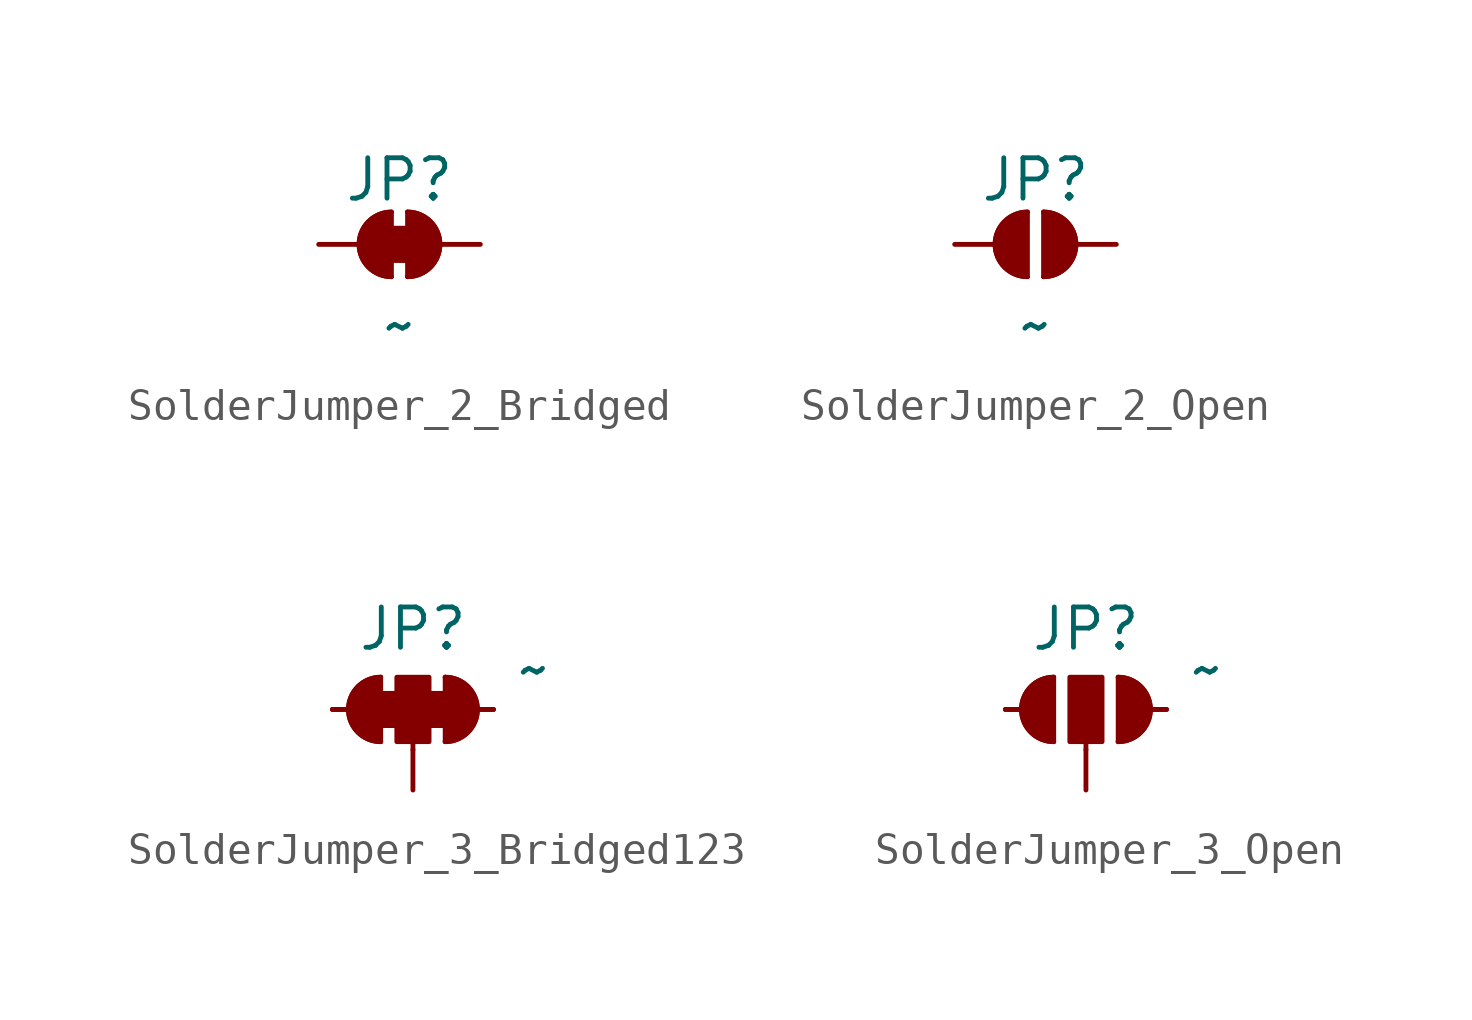
<source format=kicad_sym>
(kicad_symbol_lib
  (version 20241209)
  (generator "kicad_symbol_editor")
  (generator_version "9.0")
  (symbol "SolderJumper_2_Bridged"
    (pin_numbers
      (hide yes))
    (pin_names
      (offset 0)
      (hide yes))
    (property "Reference" "JP"
      (at 0 2.032 0)
      (effects (font (size 1.27 1.27))))
    (property "Value" "~"
      (at 0 -2.54 0)
      (effects (font (size 1.27 1.27))))
    (symbol "SolderJumper_2_Bridged_0_1"
      (rectangle (start -0.508 0.508) (end 0.508 -0.508) (stroke (width 0) (type default)) (fill (type outline)))
      (polyline (pts (xy -0.254 1.016) (xy -0.254 -1.016)) (stroke (width 0) (type default)) (fill (type none)))
      (arc (start -0.254 -1.016) (mid -1.2656 0) (end -0.254 1.016) (stroke (width 0) (type default)) (fill (type none)))
      (arc (start -0.254 -1.016) (mid -1.2656 0) (end -0.254 1.016) (stroke (width 0) (type default)) (fill (type outline)))
      (arc (start 0.254 1.016) (mid 1.2656 0) (end 0.254 -1.016) (stroke (width 0) (type default)) (fill (type none)))
      (arc (start 0.254 1.016) (mid 1.2656 0) (end 0.254 -1.016) (stroke (width 0) (type default)) (fill (type outline)))
      (polyline (pts (xy 0.254 1.016) (xy 0.254 -1.016)) (stroke (width 0) (type default)) (fill (type none))))
    (symbol "SolderJumper_2_Bridged_1_1"
      (pin passive line (at -2.54 0 0) (length 1.27) (name "A" (effects (font (size 1.27 1.27)))) (number "1" (effects (font (size 1.27 1.27)))))
      (pin passive line (at 2.54 0 180) (length 1.27) (name "B" (effects (font (size 1.27 1.27)))) (number "2" (effects (font (size 1.27 1.27)))))))
  (symbol "SolderJumper_2_Open"
    (pin_numbers
      (hide yes))
    (pin_names
      (offset 0)
      (hide yes))
    (property "Reference" "JP"
      (at 0 2.032 0)
      (effects (font (size 1.27 1.27))))
    (property "Value" "~"
      (at 0 -2.54 0)
      (effects (font (size 1.27 1.27))))
    (symbol "SolderJumper_2_Open_0_1"
      (polyline (pts (xy -0.254 1.016) (xy -0.254 -1.016)) (stroke (width 0) (type default)) (fill (type none)))
      (arc (start -0.254 -1.016) (mid -1.2656 0) (end -0.254 1.016) (stroke (width 0) (type default)) (fill (type none)))
      (arc (start -0.254 -1.016) (mid -1.2656 0) (end -0.254 1.016) (stroke (width 0) (type default)) (fill (type outline)))
      (arc (start 0.254 1.016) (mid 1.2656 0) (end 0.254 -1.016) (stroke (width 0) (type default)) (fill (type none)))
      (arc (start 0.254 1.016) (mid 1.2656 0) (end 0.254 -1.016) (stroke (width 0) (type default)) (fill (type outline)))
      (polyline (pts (xy 0.254 1.016) (xy 0.254 -1.016)) (stroke (width 0) (type default)) (fill (type none))))
    (symbol "SolderJumper_2_Open_1_1"
      (pin passive line (at -2.54 0 0) (length 1.27) (name "A" (effects (font (size 1.27 1.27)))) (number "1" (effects (font (size 1.27 1.27)))))
      (pin passive line (at 2.54 0 180) (length 1.27) (name "B" (effects (font (size 1.27 1.27)))) (number "2" (effects (font (size 1.27 1.27)))))))
  (symbol "SolderJumper_3_Bridged123"
    (pin_numbers
      (hide yes))
    (pin_names
      (offset 0)
      (hide yes))
    (property "Reference" "JP"
      (at 0 2.54 0)
      (effects (font (size 1.27 1.27))))
    (property "Value" "~"
      (at 3.81 1.27 0)
      (effects (font (size 1.27 1.27))))
    (symbol "SolderJumper_3_Bridged123_0_1"
      (polyline (pts (xy -2.54 0) (xy -2.032 0)) (stroke (width 0) (type default)) (fill (type none)))
      (polyline (pts (xy -1.016 1.016) (xy -1.016 -1.016)) (stroke (width 0) (type default)) (fill (type none)))
      (rectangle (start -1.016 0.508) (end -0.508 -0.508) (stroke (width 0) (type default)) (fill (type outline)))
      (arc (start -1.016 -1.016) (mid -2.0276 0) (end -1.016 1.016) (stroke (width 0) (type default)) (fill (type none)))
      (arc (start -1.016 -1.016) (mid -2.0276 0) (end -1.016 1.016) (stroke (width 0) (type default)) (fill (type outline)))
      (rectangle (start -0.508 1.016) (end 0.508 -1.016) (stroke (width 0) (type default)) (fill (type outline)))
      (polyline (pts (xy 0 -1.27) (xy 0 -1.016)) (stroke (width 0) (type default)) (fill (type none)))
      (rectangle (start 0.508 0.508) (end 1.016 -0.508) (stroke (width 0) (type default)) (fill (type outline)))
      (arc (start 1.016 1.016) (mid 2.0276 0) (end 1.016 -1.016) (stroke (width 0) (type default)) (fill (type none)))
      (arc (start 1.016 1.016) (mid 2.0276 0) (end 1.016 -1.016) (stroke (width 0) (type default)) (fill (type outline)))
      (polyline (pts (xy 1.016 1.016) (xy 1.016 -1.016)) (stroke (width 0) (type default)) (fill (type none)))
      (polyline (pts (xy 2.54 0) (xy 2.032 0)) (stroke (width 0) (type default)) (fill (type none))))
    (symbol "SolderJumper_3_Bridged123_1_1"
      (pin passive line (at -2.54 0 0) (length 1.27) (name "A" (effects (font (size 1.27 1.27)))) (number "1" (effects (font (size 1.27 1.27)))))
      (pin passive line (at 0 -2.54 90) (length 1.27) (name "B" (effects (font (size 1.27 1.27)))) (number "2" (effects (font (size 1.27 1.27)))))
      (pin passive line (at 2.54 0 180) (length 1.27) (name "C" (effects (font (size 1.27 1.27)))) (number "3" (effects (font (size 1.27 1.27)))))))
  (symbol "SolderJumper_3_Open"
    (pin_numbers
      (hide yes))
    (pin_names
      (offset 0)
      (hide yes))
    (property "Reference" "JP"
      (at 0 2.54 0)
      (effects (font (size 1.27 1.27))))
    (property "Value" "~"
      (at 3.81 1.27 0)
      (effects (font (size 1.27 1.27))))
    (symbol "SolderJumper_3_Open_0_1"
      (polyline (pts (xy -2.54 0) (xy -2.032 0)) (stroke (width 0) (type default)) (fill (type none)))
      (polyline (pts (xy -1.016 1.016) (xy -1.016 -1.016)) (stroke (width 0) (type default)) (fill (type none)))
      (arc (start -1.016 -1.016) (mid -2.0276 0) (end -1.016 1.016) (stroke (width 0) (type default)) (fill (type none)))
      (arc (start -1.016 -1.016) (mid -2.0276 0) (end -1.016 1.016) (stroke (width 0) (type default)) (fill (type outline)))
      (rectangle (start -0.508 1.016) (end 0.508 -1.016) (stroke (width 0) (type default)) (fill (type outline)))
      (polyline (pts (xy 0 -1.27) (xy 0 -1.016)) (stroke (width 0) (type default)) (fill (type none)))
      (arc (start 1.016 1.016) (mid 2.0276 0) (end 1.016 -1.016) (stroke (width 0) (type default)) (fill (type none)))
      (arc (start 1.016 1.016) (mid 2.0276 0) (end 1.016 -1.016) (stroke (width 0) (type default)) (fill (type outline)))
      (polyline (pts (xy 1.016 1.016) (xy 1.016 -1.016)) (stroke (width 0) (type default)) (fill (type none)))
      (polyline (pts (xy 2.54 0) (xy 2.032 0)) (stroke (width 0) (type default)) (fill (type none))))
    (symbol "SolderJumper_3_Open_1_1"
      (pin passive line (at -2.54 0 0) (length 1.27) (name "A" (effects (font (size 1.27 1.27)))) (number "1" (effects (font (size 1.27 1.27)))))
      (pin passive line (at 0 -2.54 90) (length 1.27) (name "B" (effects (font (size 1.27 1.27)))) (number "2" (effects (font (size 1.27 1.27)))))
      (pin passive line (at 2.54 0 180) (length 1.27) (name "C" (effects (font (size 1.27 1.27)))) (number "3" (effects (font (size 1.27 1.27))))))))
</source>
